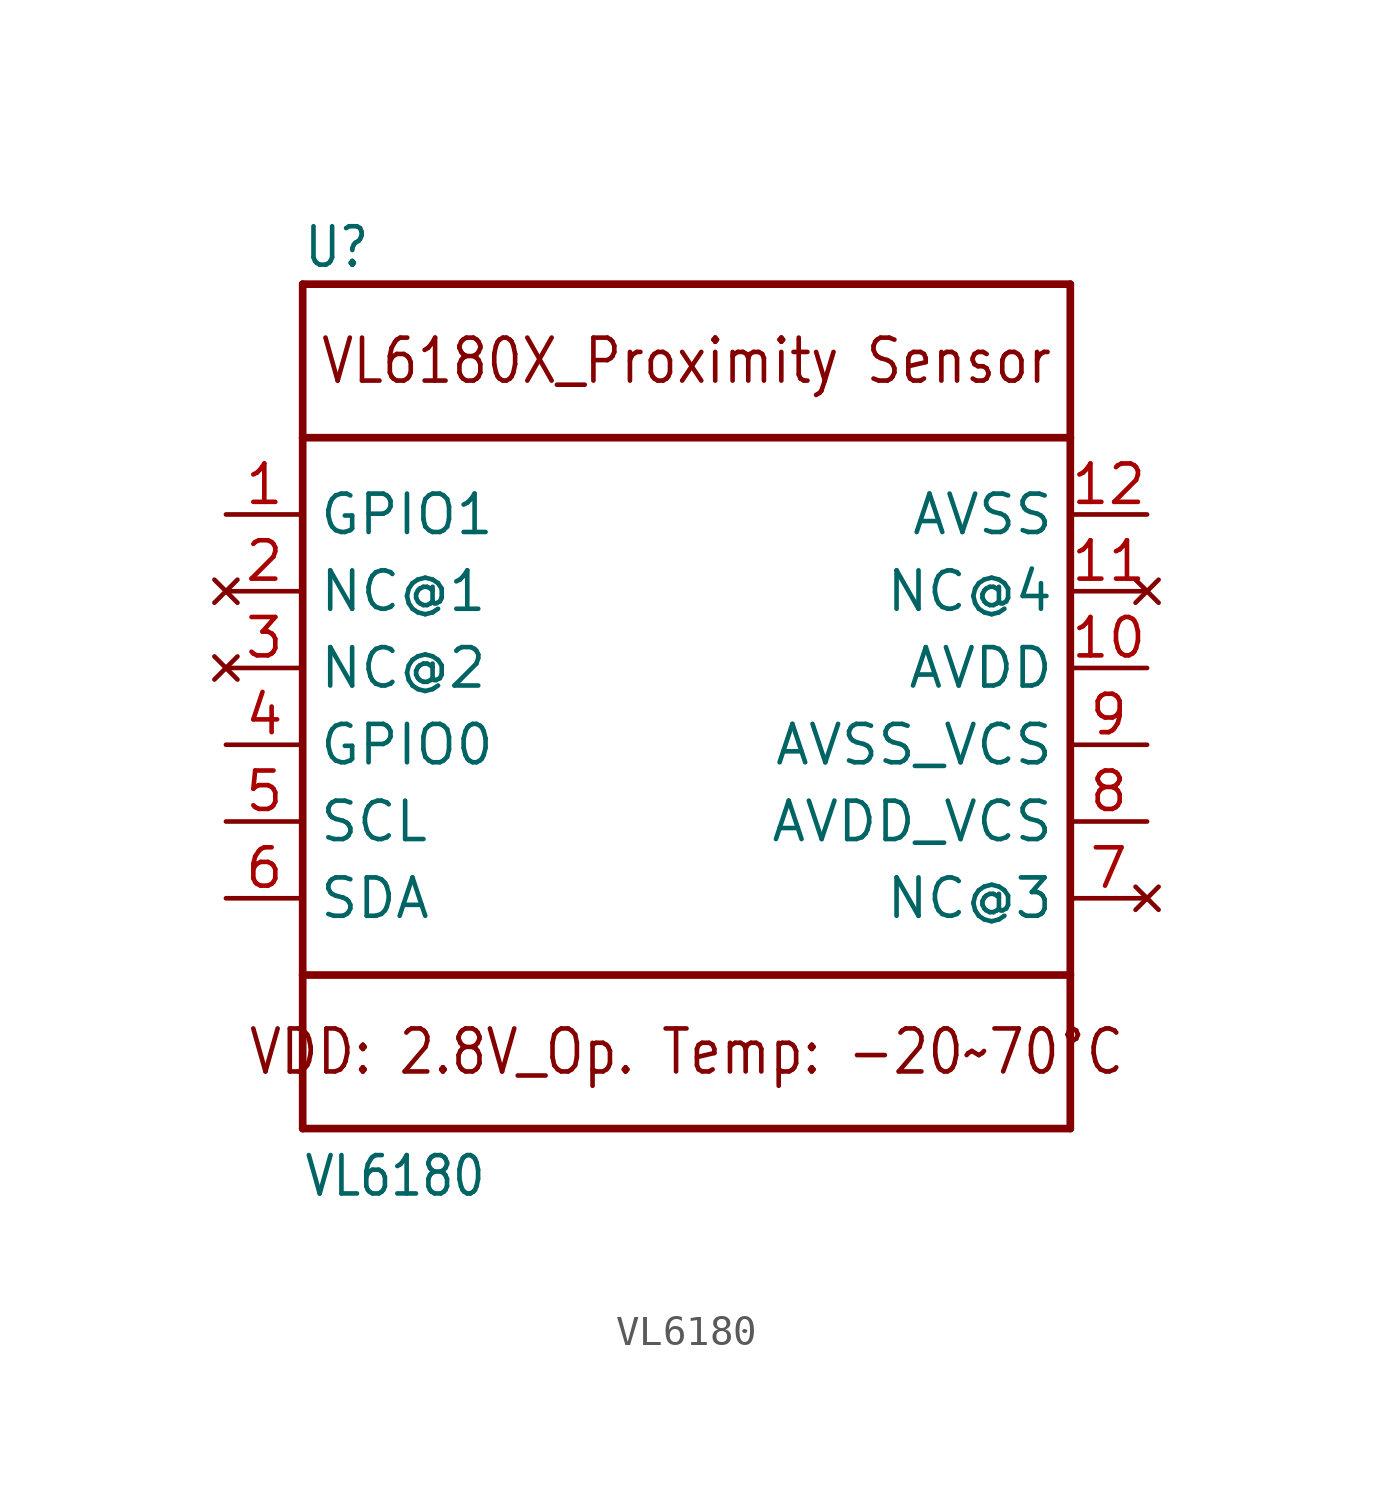
<source format=kicad_sym>
(kicad_symbol_lib
  (version 20211014)
  (generator kicad_symbol_editor)
  (symbol "VL6180"
    (property "Reference" "U"
      (at -12.7 13.183 0)
      (effects (font (size 1.27 1.079)) (justify left bottom)))
    (property "Value" "VL6180"
      (at -12.7 -17.551 0)
      (effects (font (size 1.27 1.079)) (justify left bottom)))
    (property "ki_locked" ""
      (at 0 0 0)
      (effects (font (size 1.27 1.27))))
    (symbol "VL6180_1_0"
      (polyline (pts (xy -12.7 -15.24) (xy 12.7 -15.24)) (stroke (width 0.254) (type default) (color 0 0 0 0)) (fill (type none)))
      (polyline (pts (xy -12.7 -10.16) (xy -12.7 -15.24)) (stroke (width 0.254) (type default) (color 0 0 0 0)) (fill (type none)))
      (polyline (pts (xy -12.7 -10.16) (xy -12.7 7.62)) (stroke (width 0.254) (type default) (color 0 0 0 0)) (fill (type none)))
      (polyline (pts (xy -12.7 7.62) (xy -12.7 12.7)) (stroke (width 0.254) (type default) (color 0 0 0 0)) (fill (type none)))
      (polyline (pts (xy -12.7 7.62) (xy 12.7 7.62)) (stroke (width 0.254) (type default) (color 0 0 0 0)) (fill (type none)))
      (polyline (pts (xy -12.7 12.7) (xy 12.7 12.7)) (stroke (width 0.254) (type default) (color 0 0 0 0)) (fill (type none)))
      (polyline (pts (xy 12.7 -15.24) (xy 12.7 -10.16)) (stroke (width 0.254) (type default) (color 0 0 0 0)) (fill (type none)))
      (polyline (pts (xy 12.7 -10.16) (xy -12.7 -10.16)) (stroke (width 0.254) (type default) (color 0 0 0 0)) (fill (type none)))
      (polyline (pts (xy 12.7 7.62) (xy 12.7 -10.16)) (stroke (width 0.254) (type default) (color 0 0 0 0)) (fill (type none)))
      (polyline (pts (xy 12.7 12.7) (xy 12.7 7.62)) (stroke (width 0.254) (type default) (color 0 0 0 0)) (fill (type none)))
      (text "VDD: 2.8V_Op. Temp: -20~70°C" (at 0 -12.7 0) (effects (font (size 1.422 1.209))))
      (text "VL6180X_Proximity Sensor" (at 0 10.16 0) (effects (font (size 1.422 1.209))))
      (pin bidirectional line (at -15.24 5.08 0) (length 2.54) (name "GPIO1" (effects (font (size 1.27 1.27)))) (number "1" (effects (font (size 1.27 1.27)))))
      (pin power_in line (at 15.24 0 180) (length 2.54) (name "AVDD" (effects (font (size 1.27 1.27)))) (number "10" (effects (font (size 1.27 1.27)))))
      (pin no_connect line (at 15.24 2.54 180) (length 2.54) (name "NC@4" (effects (font (size 1.27 1.27)))) (number "11" (effects (font (size 1.27 1.27)))))
      (pin power_in line (at 15.24 5.08 180) (length 2.54) (name "AVSS" (effects (font (size 1.27 1.27)))) (number "12" (effects (font (size 1.27 1.27)))))
      (pin no_connect line (at -15.24 2.54 0) (length 2.54) (name "NC@1" (effects (font (size 1.27 1.27)))) (number "2" (effects (font (size 1.27 1.27)))))
      (pin no_connect line (at -15.24 0 0) (length 2.54) (name "NC@2" (effects (font (size 1.27 1.27)))) (number "3" (effects (font (size 1.27 1.27)))))
      (pin bidirectional line (at -15.24 -2.54 0) (length 2.54) (name "GPIO0" (effects (font (size 1.27 1.27)))) (number "4" (effects (font (size 1.27 1.27)))))
      (pin input line (at -15.24 -5.08 0) (length 2.54) (name "SCL" (effects (font (size 1.27 1.27)))) (number "5" (effects (font (size 1.27 1.27)))))
      (pin bidirectional line (at -15.24 -7.62 0) (length 2.54) (name "SDA" (effects (font (size 1.27 1.27)))) (number "6" (effects (font (size 1.27 1.27)))))
      (pin no_connect line (at 15.24 -7.62 180) (length 2.54) (name "NC@3" (effects (font (size 1.27 1.27)))) (number "7" (effects (font (size 1.27 1.27)))))
      (pin power_in line (at 15.24 -5.08 180) (length 2.54) (name "AVDD_VCS" (effects (font (size 1.27 1.27)))) (number "8" (effects (font (size 1.27 1.27)))))
      (pin power_in line (at 15.24 -2.54 180) (length 2.54) (name "AVSS_VCS" (effects (font (size 1.27 1.27)))) (number "9" (effects (font (size 1.27 1.27))))))))
</source>
